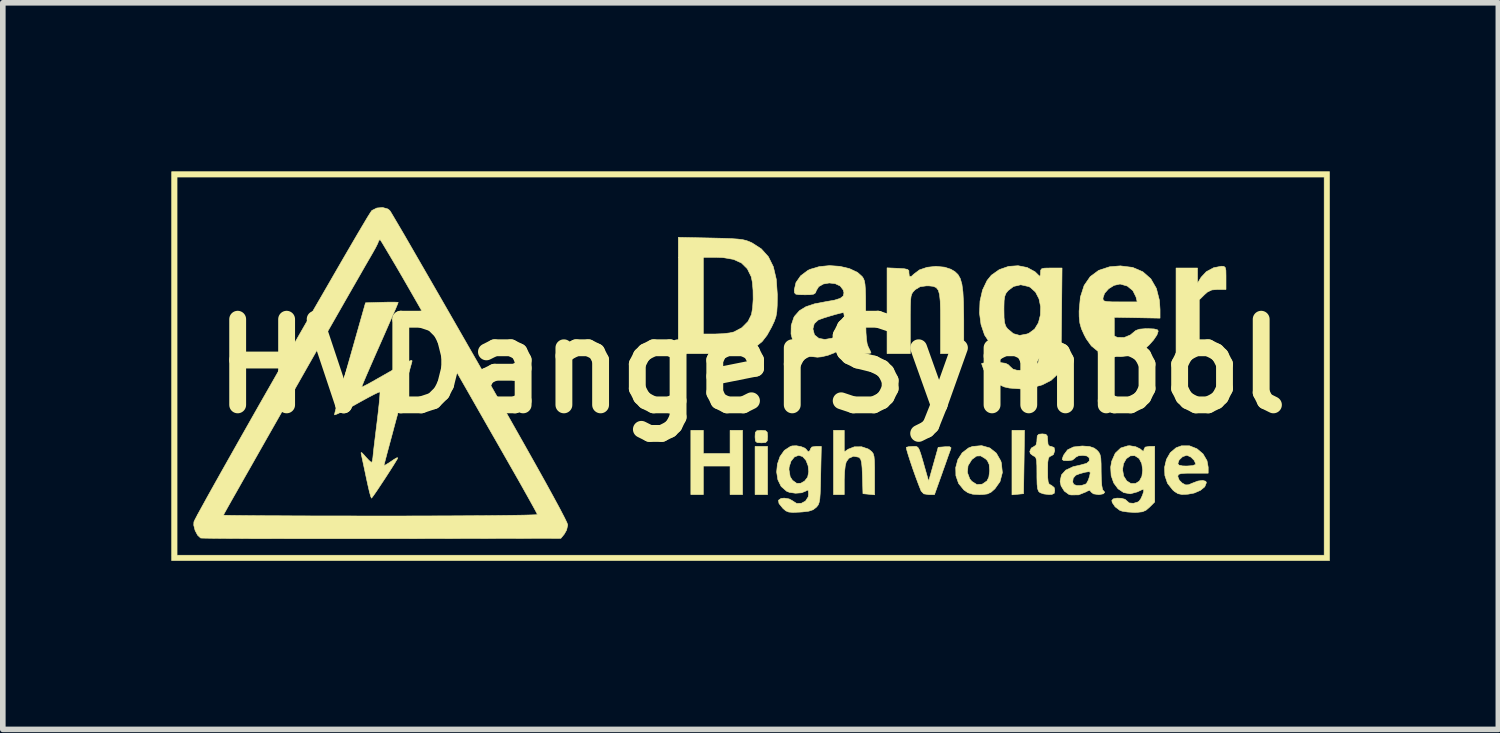
<source format=kicad_pcb>
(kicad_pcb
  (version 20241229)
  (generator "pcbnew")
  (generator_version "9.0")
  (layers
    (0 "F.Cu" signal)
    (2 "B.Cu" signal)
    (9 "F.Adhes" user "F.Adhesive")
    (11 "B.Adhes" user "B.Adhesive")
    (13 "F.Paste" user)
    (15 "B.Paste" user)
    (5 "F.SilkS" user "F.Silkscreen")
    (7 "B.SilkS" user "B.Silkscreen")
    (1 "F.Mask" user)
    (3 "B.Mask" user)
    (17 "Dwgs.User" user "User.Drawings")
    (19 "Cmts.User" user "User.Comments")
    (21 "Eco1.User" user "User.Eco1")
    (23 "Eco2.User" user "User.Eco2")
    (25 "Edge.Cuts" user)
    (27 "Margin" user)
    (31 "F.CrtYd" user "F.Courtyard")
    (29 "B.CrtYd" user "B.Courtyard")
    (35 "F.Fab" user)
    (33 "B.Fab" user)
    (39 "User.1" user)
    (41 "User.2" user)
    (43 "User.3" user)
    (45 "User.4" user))
  (footprint "HVDangerSymbol"
    (layer "F.Cu")
    (at 10.324 3.466)
    (property "Reference" "HVDangerSymbol" (at 0 0 0) (layer "F.SilkS") (effects (font (size 1.524 1.524) (thickness 0.3))))
    (attr through_hole)
    (fp_poly (pts (xy 0.286 2.286) (xy 0.064 2.286) (xy 0.064 1.429) (xy 0.286 1.429) (xy 0.286 2.286)) (stroke (width 0.01) (type solid)) (fill yes) (layer "F.SilkS"))
    (fp_poly (pts (xy 4.851 1.707) (xy 4.842 2.27) (xy 4.739 2.28) (xy 4.636 2.29) (xy 4.636 1.143) (xy 4.859 1.143) (xy 4.851 1.707)) (stroke (width 0.01) (type solid)) (fill yes) (layer "F.SilkS"))
    (fp_poly (pts (xy 10.287 3.461) (xy -10.319 3.461) (xy -10.319 -3.365) (xy -10.223 -3.365) (xy -10.223 3.365) (xy 10.192 3.365) (xy 10.192 -3.365) (xy -10.223 -3.365) (xy -10.319 -3.365) (xy -10.319 -3.461) (xy 10.287 -3.461) (xy 10.287 3.461)) (stroke (width 0.01) (type solid)) (fill yes) (layer "F.SilkS"))
    (fp_poly (pts (xy -0.857 1.556) (xy -0.381 1.556) (xy -0.381 1.143) (xy -0.159 1.143) (xy -0.159 2.286) (xy -0.381 2.286) (xy -0.381 1.778) (xy -0.857 1.778) (xy -0.857 2.286) (xy -1.079 2.286) (xy -1.079 1.143) (xy -0.857 1.143) (xy -0.857 1.556)) (stroke (width 0.01) (type solid)) (fill yes) (layer "F.SilkS"))
    (fp_poly (pts (xy 0.249 1.148) (xy 0.28 1.176) (xy 0.286 1.246) (xy 0.286 1.254) (xy 0.281 1.329) (xy 0.253 1.359) (xy 0.183 1.365) (xy 0.175 1.365) (xy 0.1 1.36) (xy 0.07 1.333) (xy 0.064 1.263) (xy 0.064 1.254) (xy 0.068 1.18) (xy 0.096 1.149) (xy 0.166 1.143) (xy 0.175 1.143) (xy 0.249 1.148)) (stroke (width 0.01) (type solid)) (fill yes) (layer "F.SilkS"))
    (fp_poly (pts (xy 8.408 -1.775) (xy 8.432 -1.754) (xy 8.443 -1.703) (xy 8.445 -1.607) (xy 8.445 -1.572) (xy 8.445 -1.365) (xy 8.3 -1.365) (xy 8.193 -1.356) (xy 8.115 -1.319) (xy 8.062 -1.272) (xy 7.969 -1.18) (xy 7.969 -0.222) (xy 7.556 -0.222) (xy 7.556 -1.746) (xy 7.938 -1.746) (xy 7.938 -1.611) (xy 7.938 -1.476) (xy 8.002 -1.581) (xy 8.095 -1.681) (xy 8.225 -1.751) (xy 8.364 -1.778) (xy 8.365 -1.778) (xy 8.408 -1.775)) (stroke (width 0.01) (type solid)) (fill yes) (layer "F.SilkS"))
    (fp_poly (pts (xy 1.651 1.528) (xy 1.722 1.478) (xy 1.831 1.436) (xy 1.96 1.435) (xy 2.078 1.475) (xy 2.107 1.495) (xy 2.143 1.525) (xy 2.167 1.559) (xy 2.181 1.609) (xy 2.188 1.687) (xy 2.191 1.806) (xy 2.191 1.925) (xy 2.191 2.29) (xy 2.088 2.28) (xy 1.984 2.27) (xy 1.975 1.961) (xy 1.969 1.814) (xy 1.96 1.718) (xy 1.945 1.66) (xy 1.921 1.629) (xy 1.909 1.621) (xy 1.817 1.603) (xy 1.733 1.64) (xy 1.687 1.703) (xy 1.669 1.772) (xy 1.657 1.882) (xy 1.651 2.012) (xy 1.651 2.033) (xy 1.651 2.286) (xy 1.46 2.286) (xy 1.46 1.143) (xy 1.651 1.143) (xy 1.651 1.528)) (stroke (width 0.01) (type solid)) (fill yes) (layer "F.SilkS"))
    (fp_poly (pts (xy 2.943 1.433) (xy 2.966 1.452) (xy 2.989 1.494) (xy 3.015 1.57) (xy 3.05 1.687) (xy 3.098 1.857) (xy 3.098 1.857) (xy 3.153 2.048) (xy 3.323 1.445) (xy 3.444 1.435) (xy 3.524 1.434) (xy 3.551 1.451) (xy 3.549 1.466) (xy 3.533 1.511) (xy 3.5 1.602) (xy 3.456 1.728) (xy 3.403 1.876) (xy 3.396 1.897) (xy 3.257 2.286) (xy 3.152 2.286) (xy 3.067 2.273) (xy 3.021 2.225) (xy 3.016 2.215) (xy 2.973 2.106) (xy 2.924 1.975) (xy 2.874 1.835) (xy 2.828 1.699) (xy 2.79 1.581) (xy 2.764 1.493) (xy 2.755 1.448) (xy 2.756 1.445) (xy 2.797 1.434) (xy 2.871 1.429) (xy 2.874 1.429) (xy 2.914 1.428) (xy 2.943 1.433)) (stroke (width 0.01) (type solid)) (fill yes) (layer "F.SilkS"))
    (fp_poly (pts (xy 4.241 1.456) (xy 4.357 1.548) (xy 4.436 1.686) (xy 4.447 1.722) (xy 4.465 1.895) (xy 4.423 2.055) (xy 4.332 2.183) (xy 4.263 2.244) (xy 4.197 2.275) (xy 4.107 2.285) (xy 4.054 2.286) (xy 3.936 2.279) (xy 3.852 2.253) (xy 3.781 2.204) (xy 3.686 2.088) (xy 3.638 1.95) (xy 3.637 1.892) (xy 3.842 1.892) (xy 3.885 2.007) (xy 3.922 2.051) (xy 4.012 2.108) (xy 4.106 2.101) (xy 4.191 2.043) (xy 4.224 1.978) (xy 4.238 1.872) (xy 4.239 1.853) (xy 4.23 1.749) (xy 4.198 1.681) (xy 4.164 1.648) (xy 4.079 1.597) (xy 4.006 1.6) (xy 3.926 1.659) (xy 3.92 1.665) (xy 3.854 1.772) (xy 3.842 1.892) (xy 3.637 1.892) (xy 3.635 1.804) (xy 3.673 1.663) (xy 3.75 1.543) (xy 3.863 1.456) (xy 3.932 1.43) (xy 4.096 1.415) (xy 4.241 1.456)) (stroke (width 0.01) (type solid)) (fill yes) (layer "F.SilkS"))
    (fp_poly (pts (xy 3.437 -1.761) (xy 3.547 -1.725) (xy 3.619 -1.683) (xy 3.675 -1.63) (xy 3.716 -1.558) (xy 3.745 -1.457) (xy 3.763 -1.321) (xy 3.773 -1.14) (xy 3.777 -0.906) (xy 3.778 -0.818) (xy 3.778 -0.222) (xy 3.365 -0.222) (xy 3.365 -0.773) (xy 3.364 -0.993) (xy 3.359 -1.157) (xy 3.347 -1.274) (xy 3.325 -1.351) (xy 3.289 -1.397) (xy 3.237 -1.42) (xy 3.165 -1.428) (xy 3.115 -1.429) (xy 3.002 -1.414) (xy 2.918 -1.364) (xy 2.904 -1.351) (xy 2.875 -1.32) (xy 2.854 -1.287) (xy 2.84 -1.241) (xy 2.832 -1.173) (xy 2.828 -1.071) (xy 2.826 -0.925) (xy 2.826 -0.748) (xy 2.826 -0.222) (xy 2.413 -0.222) (xy 2.413 -1.749) (xy 2.611 -1.74) (xy 2.72 -1.733) (xy 2.778 -1.721) (xy 2.801 -1.699) (xy 2.802 -1.66) (xy 2.802 -1.659) (xy 2.809 -1.599) (xy 2.843 -1.595) (xy 2.893 -1.64) (xy 2.99 -1.713) (xy 3.126 -1.759) (xy 3.282 -1.776) (xy 3.437 -1.761)) (stroke (width 0.01) (type solid)) (fill yes) (layer "F.SilkS"))
    (fp_poly (pts (xy 5.239 1.213) (xy 5.265 1.244) (xy 5.271 1.318) (xy 5.278 1.394) (xy 5.305 1.425) (xy 5.334 1.429) (xy 5.385 1.448) (xy 5.397 1.504) (xy 5.374 1.574) (xy 5.334 1.597) (xy 5.302 1.612) (xy 5.283 1.645) (xy 5.273 1.712) (xy 5.271 1.824) (xy 5.271 1.857) (xy 5.272 1.982) (xy 5.28 2.058) (xy 5.296 2.097) (xy 5.325 2.116) (xy 5.334 2.118) (xy 5.387 2.161) (xy 5.397 2.21) (xy 5.388 2.263) (xy 5.346 2.283) (xy 5.294 2.285) (xy 5.204 2.275) (xy 5.136 2.252) (xy 5.109 2.227) (xy 5.092 2.181) (xy 5.083 2.102) (xy 5.08 1.977) (xy 5.08 1.916) (xy 5.079 1.775) (xy 5.074 1.684) (xy 5.062 1.633) (xy 5.042 1.607) (xy 5.016 1.597) (xy 4.963 1.556) (xy 4.953 1.517) (xy 4.98 1.458) (xy 5.016 1.438) (xy 5.063 1.407) (xy 5.08 1.337) (xy 5.08 1.314) (xy 5.086 1.241) (xy 5.115 1.212) (xy 5.175 1.206) (xy 5.239 1.213)) (stroke (width 0.01) (type solid)) (fill yes) (layer "F.SilkS"))
    (fp_poly (pts (xy -0.722 -2.28) (xy -0.513 -2.275) (xy -0.356 -2.269) (xy -0.24 -2.261) (xy -0.154 -2.25) (xy -0.088 -2.234) (xy -0.029 -2.211) (xy 0.009 -2.194) (xy 0.175 -2.087) (xy 0.301 -1.947) (xy 0.389 -1.769) (xy 0.441 -1.547) (xy 0.46 -1.275) (xy 0.46 -1.237) (xy 0.458 -1.082) (xy 0.451 -0.971) (xy 0.436 -0.884) (xy 0.408 -0.802) (xy 0.363 -0.706) (xy 0.356 -0.692) (xy 0.277 -0.55) (xy 0.19 -0.438) (xy 0.087 -0.354) (xy -0.042 -0.294) (xy -0.203 -0.255) (xy -0.407 -0.232) (xy -0.662 -0.223) (xy -0.783 -0.222) (xy -1.302 -0.222) (xy -1.302 -0.572) (xy -0.857 -0.572) (xy -0.64 -0.572) (xy -0.51 -0.577) (xy -0.389 -0.591) (xy -0.314 -0.608) (xy -0.172 -0.683) (xy -0.061 -0.795) (xy 0.000023 -0.919) (xy 0.02 -1.037) (xy 0.03 -1.188) (xy 0.028 -1.348) (xy 0.016 -1.492) (xy -0.004 -1.591) (xy -0.074 -1.733) (xy -0.177 -1.835) (xy -0.32 -1.9) (xy -0.51 -1.932) (xy -0.643 -1.937) (xy -0.857 -1.937) (xy -0.857 -0.572) (xy -1.302 -0.572) (xy -1.302 -2.292) (xy -0.722 -2.28)) (stroke (width 0.01) (type solid)) (fill yes) (layer "F.SilkS"))
    (fp_poly (pts (xy 7.795 1.418) (xy 7.927 1.47) (xy 8.036 1.562) (xy 8.107 1.683) (xy 8.128 1.799) (xy 8.128 1.905) (xy 7.858 1.905) (xy 7.727 1.906) (xy 7.647 1.912) (xy 7.605 1.925) (xy 7.59 1.947) (xy 7.588 1.968) (xy 7.613 2.03) (xy 7.666 2.082) (xy 7.726 2.114) (xy 7.777 2.112) (xy 7.846 2.083) (xy 7.945 2.045) (xy 8.03 2.034) (xy 8.085 2.049) (xy 8.096 2.074) (xy 8.067 2.147) (xy 7.989 2.211) (xy 7.877 2.259) (xy 7.768 2.279) (xy 7.662 2.284) (xy 7.591 2.27) (xy 7.529 2.231) (xy 7.496 2.202) (xy 7.404 2.085) (xy 7.357 1.946) (xy 7.352 1.8) (xy 7.368 1.733) (xy 7.588 1.733) (xy 7.608 1.762) (xy 7.673 1.776) (xy 7.747 1.778) (xy 7.85 1.771) (xy 7.902 1.751) (xy 7.906 1.741) (xy 7.88 1.678) (xy 7.821 1.619) (xy 7.754 1.588) (xy 7.744 1.587) (xy 7.672 1.612) (xy 7.611 1.67) (xy 7.588 1.733) (xy 7.368 1.733) (xy 7.385 1.66) (xy 7.454 1.54) (xy 7.557 1.453) (xy 7.652 1.418) (xy 7.795 1.418)) (stroke (width 0.01) (type solid)) (fill yes) (layer "F.SilkS"))
    (fp_poly (pts (xy 6.784 -1.757) (xy 6.965 -1.679) (xy 7.107 -1.554) (xy 7.206 -1.383) (xy 7.26 -1.171) (xy 7.271 -1.009) (xy 7.271 -0.854) (xy 6.76 -0.864) (xy 6.249 -0.873) (xy 6.267 -0.762) (xy 6.313 -0.643) (xy 6.4 -0.558) (xy 6.511 -0.512) (xy 6.631 -0.509) (xy 6.744 -0.555) (xy 6.782 -0.587) (xy 6.839 -0.634) (xy 6.906 -0.658) (xy 7.005 -0.666) (xy 7.05 -0.667) (xy 7.164 -0.662) (xy 7.224 -0.647) (xy 7.239 -0.624) (xy 7.216 -0.555) (xy 7.155 -0.465) (xy 7.072 -0.372) (xy 6.98 -0.292) (xy 6.916 -0.251) (xy 6.756 -0.195) (xy 6.574 -0.17) (xy 6.399 -0.18) (xy 6.304 -0.204) (xy 6.157 -0.272) (xy 6.049 -0.36) (xy 5.959 -0.486) (xy 5.923 -0.553) (xy 5.872 -0.666) (xy 5.844 -0.766) (xy 5.832 -0.882) (xy 5.831 -0.98) (xy 5.852 -1.209) (xy 6.255 -1.209) (xy 6.259 -1.178) (xy 6.279 -1.159) (xy 6.326 -1.149) (xy 6.413 -1.144) (xy 6.551 -1.143) (xy 6.56 -1.143) (xy 6.865 -1.143) (xy 6.844 -1.23) (xy 6.788 -1.343) (xy 6.689 -1.425) (xy 6.567 -1.46) (xy 6.552 -1.46) (xy 6.452 -1.437) (xy 6.356 -1.377) (xy 6.284 -1.296) (xy 6.255 -1.211) (xy 6.255 -1.209) (xy 5.852 -1.209) (xy 5.854 -1.23) (xy 5.92 -1.435) (xy 6.029 -1.593) (xy 6.18 -1.705) (xy 6.373 -1.768) (xy 6.565 -1.784) (xy 6.784 -1.757)) (stroke (width 0.01) (type solid)) (fill yes) (layer "F.SilkS"))
    (fp_poly (pts (xy 6.839 1.435) (xy 6.919 1.474) (xy 6.922 1.477) (xy 6.968 1.514) (xy 6.983 1.507) (xy 6.985 1.481) (xy 7.007 1.441) (xy 7.08 1.429) (xy 7.176 1.429) (xy 7.176 2.418) (xy 7.083 2.511) (xy 7.02 2.565) (xy 6.957 2.592) (xy 6.868 2.602) (xy 6.805 2.603) (xy 6.692 2.596) (xy 6.597 2.581) (xy 6.556 2.567) (xy 6.472 2.503) (xy 6.421 2.428) (xy 6.413 2.391) (xy 6.44 2.362) (xy 6.504 2.349) (xy 6.581 2.352) (xy 6.648 2.37) (xy 6.679 2.397) (xy 6.723 2.435) (xy 6.797 2.442) (xy 6.874 2.419) (xy 6.896 2.405) (xy 6.928 2.363) (xy 6.958 2.298) (xy 6.979 2.235) (xy 6.981 2.195) (xy 6.975 2.191) (xy 6.941 2.203) (xy 6.875 2.234) (xy 6.867 2.238) (xy 6.742 2.272) (xy 6.625 2.251) (xy 6.524 2.183) (xy 6.447 2.079) (xy 6.401 1.947) (xy 6.395 1.841) (xy 6.604 1.841) (xy 6.624 1.957) (xy 6.678 2.042) (xy 6.752 2.089) (xy 6.835 2.089) (xy 6.903 2.046) (xy 6.948 1.962) (xy 6.962 1.85) (xy 6.946 1.735) (xy 6.9 1.644) (xy 6.898 1.643) (xy 6.821 1.593) (xy 6.742 1.597) (xy 6.671 1.647) (xy 6.621 1.735) (xy 6.604 1.841) (xy 6.395 1.841) (xy 6.393 1.795) (xy 6.411 1.692) (xy 6.474 1.55) (xy 6.572 1.457) (xy 6.699 1.418) (xy 6.734 1.417) (xy 6.839 1.435)) (stroke (width 0.01) (type solid)) (fill yes) (layer "F.SilkS"))
    (fp_poly (pts (xy 5.899 1.422) (xy 6.018 1.431) (xy 6.099 1.459) (xy 6.147 1.495) (xy 6.182 1.533) (xy 6.204 1.577) (xy 6.217 1.641) (xy 6.222 1.74) (xy 6.223 1.877) (xy 6.226 2.013) (xy 6.234 2.123) (xy 6.247 2.191) (xy 6.255 2.207) (xy 6.287 2.244) (xy 6.263 2.272) (xy 6.19 2.286) (xy 6.174 2.286) (xy 6.086 2.273) (xy 6.044 2.24) (xy 6.023 2.21) (xy 5.981 2.222) (xy 5.958 2.236) (xy 5.821 2.291) (xy 5.684 2.292) (xy 5.648 2.282) (xy 5.568 2.224) (xy 5.51 2.132) (xy 5.496 2.062) (xy 5.716 2.062) (xy 5.736 2.106) (xy 5.791 2.126) (xy 5.871 2.124) (xy 5.941 2.103) (xy 5.963 2.087) (xy 5.995 2.028) (xy 6.018 1.957) (xy 6.03 1.897) (xy 6.012 1.877) (xy 5.951 1.886) (xy 5.934 1.889) (xy 5.843 1.914) (xy 5.772 1.941) (xy 5.771 1.942) (xy 5.726 1.993) (xy 5.716 2.062) (xy 5.496 2.062) (xy 5.493 2.048) (xy 5.517 1.936) (xy 5.593 1.851) (xy 5.723 1.79) (xy 5.858 1.759) (xy 5.964 1.73) (xy 6.013 1.688) (xy 6.01 1.63) (xy 5.969 1.599) (xy 5.896 1.588) (xy 5.818 1.596) (xy 5.765 1.624) (xy 5.758 1.635) (xy 5.713 1.671) (xy 5.632 1.683) (xy 5.555 1.68) (xy 5.529 1.661) (xy 5.545 1.61) (xy 5.559 1.579) (xy 5.625 1.49) (xy 5.729 1.439) (xy 5.88 1.422) (xy 5.899 1.422)) (stroke (width 0.01) (type solid)) (fill yes) (layer "F.SilkS"))
    (fp_poly (pts (xy 0.881 1.432) (xy 0.951 1.46) (xy 0.984 1.492) (xy 0.984 1.495) (xy 1.009 1.523) (xy 1.016 1.524) (xy 1.044 1.498) (xy 1.048 1.476) (xy 1.075 1.439) (xy 1.145 1.429) (xy 1.243 1.429) (xy 1.232 1.936) (xy 1.228 2.127) (xy 1.223 2.266) (xy 1.216 2.362) (xy 1.204 2.426) (xy 1.188 2.469) (xy 1.164 2.5) (xy 1.151 2.514) (xy 1.096 2.556) (xy 1.021 2.581) (xy 0.907 2.595) (xy 0.859 2.598) (xy 0.74 2.603) (xy 0.664 2.597) (xy 0.612 2.576) (xy 0.564 2.535) (xy 0.558 2.529) (xy 0.49 2.445) (xy 0.48 2.387) (xy 0.526 2.355) (xy 0.583 2.349) (xy 0.669 2.363) (xy 0.729 2.395) (xy 0.73 2.397) (xy 0.803 2.443) (xy 0.886 2.442) (xy 0.962 2.401) (xy 1.009 2.328) (xy 1.016 2.281) (xy 1.012 2.217) (xy 0.993 2.206) (xy 0.969 2.222) (xy 0.892 2.254) (xy 0.784 2.262) (xy 0.675 2.246) (xy 0.625 2.226) (xy 0.528 2.141) (xy 0.47 2.023) (xy 0.448 1.885) (xy 0.452 1.841) (xy 0.667 1.841) (xy 0.689 1.97) (xy 0.73 2.032) (xy 0.804 2.086) (xy 0.875 2.085) (xy 0.945 2.046) (xy 1 1.976) (xy 1.019 1.879) (xy 1.008 1.774) (xy 0.971 1.678) (xy 0.911 1.61) (xy 0.841 1.587) (xy 0.764 1.616) (xy 0.703 1.692) (xy 0.67 1.797) (xy 0.667 1.841) (xy 0.452 1.841) (xy 0.462 1.742) (xy 0.508 1.609) (xy 0.585 1.5) (xy 0.692 1.43) (xy 0.724 1.42) (xy 0.798 1.417) (xy 0.881 1.432)) (stroke (width 0.01) (type solid)) (fill yes) (layer "F.SilkS"))
    (fp_poly (pts (xy 4.907 -1.755) (xy 5.047 -1.679) (xy 5.104 -1.623) (xy 5.132 -1.598) (xy 5.143 -1.625) (xy 5.144 -1.661) (xy 5.147 -1.708) (xy 5.167 -1.734) (xy 5.218 -1.744) (xy 5.316 -1.746) (xy 5.335 -1.746) (xy 5.527 -1.746) (xy 5.518 -0.844) (xy 5.515 -0.579) (xy 5.512 -0.371) (xy 5.508 -0.211) (xy 5.503 -0.092) (xy 5.495 -0.006) (xy 5.486 0.054) (xy 5.473 0.097) (xy 5.457 0.129) (xy 5.443 0.149) (xy 5.332 0.253) (xy 5.176 0.333) (xy 4.99 0.385) (xy 4.789 0.405) (xy 4.589 0.39) (xy 4.5 0.37) (xy 4.326 0.293) (xy 4.198 0.174) (xy 4.139 0.072) (xy 4.11 -0.00038) (xy 4.096 -0.044) (xy 4.096 -0.047) (xy 4.125 -0.055) (xy 4.201 -0.061) (xy 4.31 -0.063) (xy 4.321 -0.064) (xy 4.444 -0.061) (xy 4.521 -0.05) (xy 4.57 -0.026) (xy 4.604 0.008) (xy 4.653 0.053) (xy 4.722 0.073) (xy 4.825 0.077) (xy 4.961 0.061) (xy 5.052 0.012) (xy 5.107 -0.079) (xy 5.133 -0.22) (xy 5.135 -0.244) (xy 5.139 -0.345) (xy 5.135 -0.392) (xy 5.12 -0.394) (xy 5.106 -0.38) (xy 4.987 -0.285) (xy 4.837 -0.232) (xy 4.67 -0.22) (xy 4.502 -0.249) (xy 4.35 -0.317) (xy 4.248 -0.403) (xy 4.148 -0.555) (xy 4.085 -0.742) (xy 4.058 -0.947) (xy 4.061 -1.001) (xy 4.493 -1.001) (xy 4.495 -0.862) (xy 4.505 -0.771) (xy 4.525 -0.71) (xy 4.556 -0.666) (xy 4.661 -0.578) (xy 4.773 -0.547) (xy 4.904 -0.572) (xy 4.939 -0.586) (xy 5.039 -0.66) (xy 5.107 -0.772) (xy 5.142 -0.91) (xy 5.146 -1.057) (xy 5.117 -1.198) (xy 5.055 -1.318) (xy 4.962 -1.402) (xy 4.935 -1.416) (xy 4.792 -1.448) (xy 4.664 -1.418) (xy 4.568 -1.345) (xy 4.53 -1.298) (xy 4.508 -1.244) (xy 4.496 -1.166) (xy 4.493 -1.047) (xy 4.493 -1.001) (xy 4.061 -1.001) (xy 4.067 -1.156) (xy 4.112 -1.354) (xy 4.193 -1.524) (xy 4.269 -1.618) (xy 4.411 -1.718) (xy 4.575 -1.775) (xy 4.745 -1.787) (xy 4.907 -1.755)) (stroke (width 0.01) (type solid)) (fill yes) (layer "F.SilkS"))
    (fp_poly (pts (xy 1.574 -1.776) (xy 1.745 -1.735) (xy 1.886 -1.669) (xy 1.969 -1.595) (xy 1.992 -1.561) (xy 2.009 -1.518) (xy 2.02 -1.458) (xy 2.027 -1.368) (xy 2.031 -1.24) (xy 2.032 -1.063) (xy 2.032 -0.972) (xy 2.034 -0.756) (xy 2.038 -0.593) (xy 2.047 -0.477) (xy 2.059 -0.396) (xy 2.078 -0.342) (xy 2.08 -0.338) (xy 2.113 -0.272) (xy 2.127 -0.235) (xy 2.127 -0.234) (xy 2.098 -0.228) (xy 2.022 -0.224) (xy 1.914 -0.222) (xy 1.905 -0.222) (xy 1.788 -0.224) (xy 1.721 -0.232) (xy 1.69 -0.25) (xy 1.683 -0.281) (xy 1.683 -0.284) (xy 1.669 -0.343) (xy 1.64 -0.367) (xy 1.611 -0.341) (xy 1.609 -0.337) (xy 1.563 -0.287) (xy 1.474 -0.237) (xy 1.361 -0.193) (xy 1.245 -0.166) (xy 1.173 -0.159) (xy 1.057 -0.172) (xy 0.947 -0.203) (xy 0.927 -0.212) (xy 0.818 -0.298) (xy 0.743 -0.424) (xy 0.704 -0.572) (xy 0.706 -0.662) (xy 1.093 -0.662) (xy 1.119 -0.564) (xy 1.126 -0.552) (xy 1.199 -0.494) (xy 1.306 -0.475) (xy 1.428 -0.496) (xy 1.488 -0.521) (xy 1.565 -0.582) (xy 1.613 -0.65) (xy 1.635 -0.721) (xy 1.648 -0.808) (xy 1.651 -0.889) (xy 1.643 -0.943) (xy 1.632 -0.953) (xy 1.583 -0.943) (xy 1.494 -0.92) (xy 1.388 -0.889) (xy 1.285 -0.857) (xy 1.207 -0.829) (xy 1.185 -0.819) (xy 1.117 -0.755) (xy 1.093 -0.662) (xy 0.706 -0.662) (xy 0.707 -0.725) (xy 0.754 -0.866) (xy 0.77 -0.892) (xy 0.854 -0.987) (xy 0.968 -1.057) (xy 1.123 -1.109) (xy 1.318 -1.146) (xy 1.477 -1.174) (xy 1.579 -1.206) (xy 1.633 -1.248) (xy 1.646 -1.304) (xy 1.633 -1.355) (xy 1.579 -1.426) (xy 1.49 -1.468) (xy 1.384 -1.48) (xy 1.28 -1.462) (xy 1.197 -1.415) (xy 1.155 -1.347) (xy 1.139 -1.304) (xy 1.106 -1.281) (xy 1.04 -1.271) (xy 0.949 -1.27) (xy 0.845 -1.272) (xy 0.789 -1.281) (xy 0.766 -1.305) (xy 0.762 -1.351) (xy 0.762 -1.357) (xy 0.792 -1.488) (xy 0.875 -1.607) (xy 1.001 -1.702) (xy 1.041 -1.722) (xy 1.206 -1.771) (xy 1.389 -1.789) (xy 1.574 -1.776)) (stroke (width 0.01) (type solid)) (fill yes) (layer "F.SilkS"))
    (fp_poly (pts (xy -6.352 -1.139) (xy -6.295 -1.136) (xy -6.287 -1.134) (xy -6.299 -1.103) (xy -6.333 -1.021) (xy -6.387 -0.898) (xy -6.456 -0.74) (xy -6.537 -0.555) (xy -6.615 -0.378) (xy -6.704 -0.177) (xy -6.783 0.004) (xy -6.85 0.158) (xy -6.9 0.276) (xy -6.93 0.35) (xy -6.938 0.373) (xy -6.91 0.362) (xy -6.839 0.326) (xy -6.737 0.27) (xy -6.665 0.229) (xy -6.461 0.113) (xy -6.307 0.025) (xy -6.194 -0.037) (xy -6.118 -0.077) (xy -6.071 -0.097) (xy -6.047 -0.102) (xy -6.04 -0.093) (xy -6.044 -0.075) (xy -6.044 -0.073) (xy -6.06 -0.017) (xy -6.089 0.087) (xy -6.128 0.23) (xy -6.175 0.403) (xy -6.228 0.596) (xy -6.283 0.8) (xy -6.339 1.006) (xy -6.392 1.205) (xy -6.441 1.387) (xy -6.483 1.543) (xy -6.515 1.665) (xy -6.535 1.742) (xy -6.54 1.766) (xy -6.518 1.761) (xy -6.463 1.728) (xy -6.453 1.722) (xy -6.359 1.658) (xy -6.309 1.63) (xy -6.295 1.633) (xy -6.306 1.657) (xy -6.364 1.752) (xy -6.437 1.867) (xy -6.517 1.991) (xy -6.597 2.112) (xy -6.668 2.219) (xy -6.725 2.301) (xy -6.758 2.345) (xy -6.763 2.349) (xy -6.776 2.32) (xy -6.798 2.242) (xy -6.825 2.126) (xy -6.851 2.008) (xy -6.882 1.86) (xy -6.91 1.729) (xy -6.931 1.63) (xy -6.94 1.587) (xy -6.949 1.542) (xy -6.937 1.538) (xy -6.898 1.578) (xy -6.869 1.612) (xy -6.81 1.675) (xy -6.769 1.711) (xy -6.762 1.715) (xy -6.747 1.687) (xy -6.738 1.627) (xy -6.732 1.567) (xy -6.72 1.457) (xy -6.702 1.308) (xy -6.681 1.135) (xy -6.665 1.006) (xy -6.644 0.829) (xy -6.627 0.675) (xy -6.616 0.555) (xy -6.611 0.479) (xy -6.612 0.458) (xy -6.643 0.468) (xy -6.719 0.504) (xy -6.829 0.562) (xy -6.964 0.636) (xy -7.019 0.667) (xy -7.16 0.745) (xy -7.28 0.807) (xy -7.368 0.849) (xy -7.415 0.867) (xy -7.421 0.866) (xy -7.414 0.83) (xy -7.392 0.741) (xy -7.356 0.606) (xy -7.309 0.432) (xy -7.252 0.227) (xy -7.188 -0.002) (xy -7.148 -0.143) (xy -6.869 -1.127) (xy -6.578 -1.136) (xy -6.45 -1.139) (xy -6.352 -1.139)) (stroke (width 0.01) (type solid)) (fill yes) (layer "F.SilkS"))
    (fp_poly (pts (xy -6.472 -2.797) (xy -6.438 -2.77) (xy -6.415 -2.735) (xy -6.364 -2.649) (xy -6.285 -2.515) (xy -6.181 -2.338) (xy -6.055 -2.12) (xy -5.909 -1.867) (xy -5.744 -1.581) (xy -5.563 -1.267) (xy -5.368 -0.928) (xy -5.162 -0.569) (xy -4.946 -0.192) (xy -4.829 0.012) (xy -4.537 0.524) (xy -4.274 0.987) (xy -4.041 1.399) (xy -3.838 1.76) (xy -3.665 2.07) (xy -3.524 2.327) (xy -3.413 2.532) (xy -3.334 2.684) (xy -3.286 2.782) (xy -3.27 2.826) (xy -3.29 2.916) (xy -3.331 2.989) (xy -3.392 3.064) (xy -6.577 3.07) (xy -7.022 3.07) (xy -7.449 3.07) (xy -7.855 3.07) (xy -8.234 3.07) (xy -8.582 3.069) (xy -8.895 3.069) (xy -9.17 3.067) (xy -9.4 3.066) (xy -9.583 3.064) (xy -9.714 3.062) (xy -9.788 3.06) (xy -9.803 3.059) (xy -9.857 3.009) (xy -9.902 2.924) (xy -9.926 2.83) (xy -9.923 2.772) (xy -9.904 2.731) (xy -9.862 2.651) (xy -9.398 2.651) (xy -9.367 2.654) (xy -9.277 2.656) (xy -9.133 2.658) (xy -8.938 2.66) (xy -8.699 2.662) (xy -8.418 2.663) (xy -8.101 2.665) (xy -7.753 2.666) (xy -7.377 2.666) (xy -6.978 2.667) (xy -6.604 2.667) (xy -6.189 2.667) (xy -5.792 2.666) (xy -5.419 2.665) (xy -5.073 2.663) (xy -4.76 2.661) (xy -4.483 2.658) (xy -4.248 2.655) (xy -4.059 2.652) (xy -3.919 2.648) (xy -3.835 2.645) (xy -3.81 2.641) (xy -3.825 2.609) (xy -3.869 2.527) (xy -3.937 2.404) (xy -4.026 2.245) (xy -4.132 2.056) (xy -4.253 1.844) (xy -4.374 1.632) (xy -4.508 1.397) (xy -4.668 1.118) (xy -4.846 0.806) (xy -5.037 0.471) (xy -5.235 0.125) (xy -5.433 -0.222) (xy -5.625 -0.559) (xy -5.763 -0.801) (xy -5.921 -1.078) (xy -6.07 -1.338) (xy -6.207 -1.576) (xy -6.329 -1.786) (xy -6.434 -1.963) (xy -6.517 -2.102) (xy -6.575 -2.199) (xy -6.607 -2.248) (xy -6.612 -2.252) (xy -6.635 -2.23) (xy -6.636 -2.225) (xy -6.651 -2.184) (xy -6.69 -2.106) (xy -6.744 -2.01) (xy -6.797 -1.918) (xy -6.876 -1.782) (xy -6.976 -1.607) (xy -7.096 -1.398) (xy -7.233 -1.159) (xy -7.383 -0.896) (xy -7.544 -0.614) (xy -7.714 -0.317) (xy -7.889 -0.01) (xy -8.066 0.302) (xy -8.244 0.614) (xy -8.418 0.92) (xy -8.587 1.217) (xy -8.747 1.499) (xy -8.896 1.762) (xy -9.031 1.999) (xy -9.149 2.208) (xy -9.248 2.382) (xy -9.324 2.517) (xy -9.374 2.607) (xy -9.397 2.649) (xy -9.398 2.651) (xy -9.862 2.651) (xy -9.856 2.639) (xy -9.781 2.503) (xy -9.683 2.325) (xy -9.563 2.11) (xy -9.425 1.864) (xy -9.271 1.591) (xy -9.104 1.295) (xy -8.926 0.981) (xy -8.74 0.653) (xy -8.548 0.317) (xy -8.354 -0.023) (xy -8.159 -0.364) (xy -7.967 -0.699) (xy -7.78 -1.025) (xy -7.6 -1.336) (xy -7.431 -1.629) (xy -7.275 -1.899) (xy -7.134 -2.141) (xy -7.012 -2.35) (xy -6.91 -2.522) (xy -6.832 -2.653) (xy -6.779 -2.737) (xy -6.756 -2.77) (xy -6.668 -2.814) (xy -6.564 -2.823) (xy -6.472 -2.797)) (stroke (width 0.01) (type solid)) (fill yes) (layer "F.SilkS")))
  (gr_rect
    (start -3 -3)
    (end 23.616 9.931)
    (stroke (width 0.1) (type default))
    (fill no)
    (layer "Edge.Cuts")))
</source>
